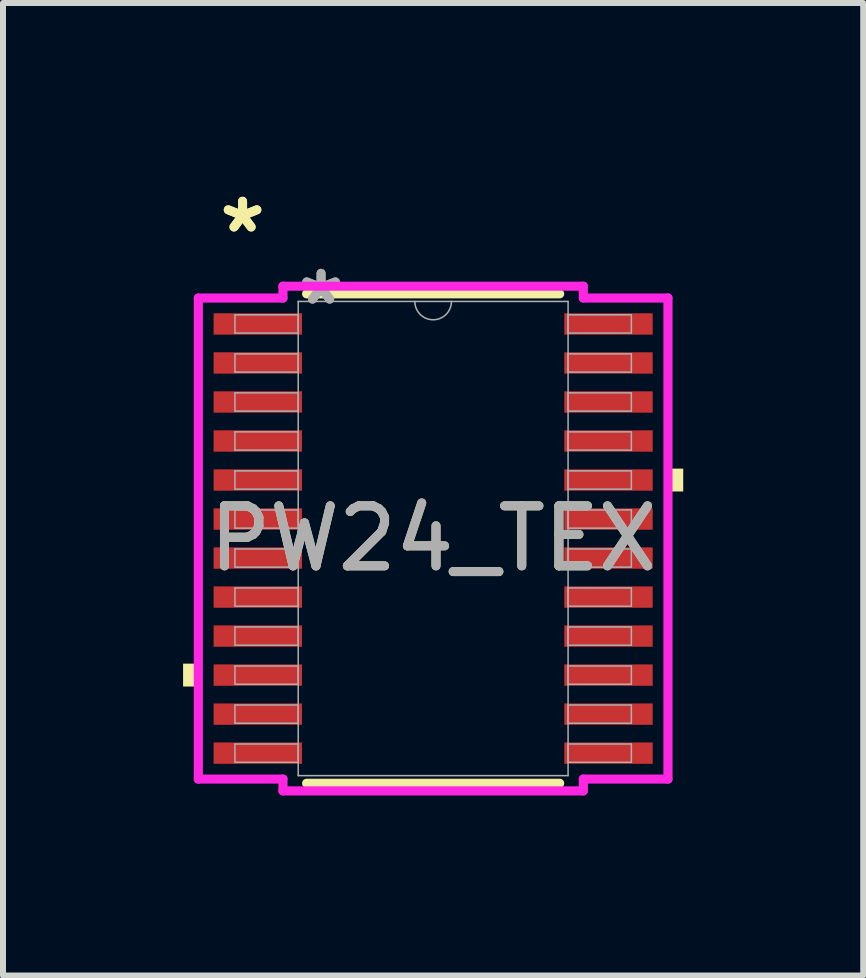
<source format=kicad_pcb>
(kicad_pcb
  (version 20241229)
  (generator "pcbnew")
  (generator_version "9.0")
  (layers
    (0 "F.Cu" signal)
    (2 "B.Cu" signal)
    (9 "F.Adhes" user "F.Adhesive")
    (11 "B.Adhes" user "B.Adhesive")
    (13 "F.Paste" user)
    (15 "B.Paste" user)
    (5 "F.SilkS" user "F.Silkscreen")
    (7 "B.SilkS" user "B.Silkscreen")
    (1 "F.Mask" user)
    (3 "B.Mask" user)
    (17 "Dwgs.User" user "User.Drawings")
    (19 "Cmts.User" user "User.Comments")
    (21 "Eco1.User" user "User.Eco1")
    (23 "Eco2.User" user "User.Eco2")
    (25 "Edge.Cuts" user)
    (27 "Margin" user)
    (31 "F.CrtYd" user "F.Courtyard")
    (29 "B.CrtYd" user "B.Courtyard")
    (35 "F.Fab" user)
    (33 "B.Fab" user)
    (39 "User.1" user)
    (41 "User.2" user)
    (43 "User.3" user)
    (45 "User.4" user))
  (footprint "PW24_TEX"
    (layer "F.Cu")
    (at 4.166 5.922)
    (property "Reference" "PW24_TEX" (at 0 0 0) (unlocked yes) (layer "F.SilkS") (effects (font (size 1 1) (thickness 0.15))))
    (attr smd)
    (fp_line (start -2.108 4.077) (end 2.108 4.077) (stroke (width 0.152) (type solid)) (layer "F.SilkS"))
    (fp_line (start 2.108 -4.077) (end -2.108 -4.077) (stroke (width 0.152) (type solid)) (layer "F.SilkS"))
    (fp_poly (pts (xy -4.166 2.084) (xy -4.166 2.465) (xy -3.912 2.465) (xy -3.912 2.084)) (stroke (width 0) (type solid)) (fill yes) (layer "F.SilkS"))
    (fp_poly (pts (xy 4.166 -1.165) (xy 4.166 -0.784) (xy 3.912 -0.784) (xy 3.912 -1.165)) (stroke (width 0) (type solid)) (fill yes) (layer "F.SilkS"))
    (fp_line (start -3.912 -4.007) (end -2.502 -4.007) (stroke (width 0.152) (type solid)) (layer "F.CrtYd"))
    (fp_line (start -3.912 4.007) (end -3.912 -4.007) (stroke (width 0.152) (type solid)) (layer "F.CrtYd"))
    (fp_line (start -3.912 4.007) (end -2.502 4.007) (stroke (width 0.152) (type solid)) (layer "F.CrtYd"))
    (fp_line (start -2.502 -4.204) (end 2.502 -4.204) (stroke (width 0.152) (type solid)) (layer "F.CrtYd"))
    (fp_line (start -2.502 -4.007) (end -2.502 -4.204) (stroke (width 0.152) (type solid)) (layer "F.CrtYd"))
    (fp_line (start -2.502 4.204) (end -2.502 4.007) (stroke (width 0.152) (type solid)) (layer "F.CrtYd"))
    (fp_line (start 2.502 -4.204) (end 2.502 -4.007) (stroke (width 0.152) (type solid)) (layer "F.CrtYd"))
    (fp_line (start 2.502 4.007) (end 2.502 4.204) (stroke (width 0.152) (type solid)) (layer "F.CrtYd"))
    (fp_line (start 2.502 4.204) (end -2.502 4.204) (stroke (width 0.152) (type solid)) (layer "F.CrtYd"))
    (fp_line (start 3.912 -4.007) (end 2.502 -4.007) (stroke (width 0.152) (type solid)) (layer "F.CrtYd"))
    (fp_line (start 3.912 -4.007) (end 3.912 4.007) (stroke (width 0.152) (type solid)) (layer "F.CrtYd"))
    (fp_line (start 3.912 4.007) (end 2.502 4.007) (stroke (width 0.152) (type solid)) (layer "F.CrtYd"))
    (fp_line (start -3.302 -3.727) (end -3.302 -3.423) (stroke (width 0.025) (type solid)) (layer "F.Fab"))
    (fp_line (start -3.302 -3.423) (end -2.248 -3.423) (stroke (width 0.025) (type solid)) (layer "F.Fab"))
    (fp_line (start -3.302 -3.077) (end -3.302 -2.773) (stroke (width 0.025) (type solid)) (layer "F.Fab"))
    (fp_line (start -3.302 -2.773) (end -2.248 -2.773) (stroke (width 0.025) (type solid)) (layer "F.Fab"))
    (fp_line (start -3.302 -2.427) (end -3.302 -2.123) (stroke (width 0.025) (type solid)) (layer "F.Fab"))
    (fp_line (start -3.302 -2.123) (end -2.248 -2.123) (stroke (width 0.025) (type solid)) (layer "F.Fab"))
    (fp_line (start -3.302 -1.777) (end -3.302 -1.473) (stroke (width 0.025) (type solid)) (layer "F.Fab"))
    (fp_line (start -3.302 -1.473) (end -2.248 -1.473) (stroke (width 0.025) (type solid)) (layer "F.Fab"))
    (fp_line (start -3.302 -1.127) (end -3.302 -0.823) (stroke (width 0.025) (type solid)) (layer "F.Fab"))
    (fp_line (start -3.302 -0.823) (end -2.248 -0.823) (stroke (width 0.025) (type solid)) (layer "F.Fab"))
    (fp_line (start -3.302 -0.477) (end -3.302 -0.173) (stroke (width 0.025) (type solid)) (layer "F.Fab"))
    (fp_line (start -3.302 -0.173) (end -2.248 -0.173) (stroke (width 0.025) (type solid)) (layer "F.Fab"))
    (fp_line (start -3.302 0.173) (end -3.302 0.477) (stroke (width 0.025) (type solid)) (layer "F.Fab"))
    (fp_line (start -3.302 0.477) (end -2.248 0.477) (stroke (width 0.025) (type solid)) (layer "F.Fab"))
    (fp_line (start -3.302 0.823) (end -3.302 1.127) (stroke (width 0.025) (type solid)) (layer "F.Fab"))
    (fp_line (start -3.302 1.127) (end -2.248 1.127) (stroke (width 0.025) (type solid)) (layer "F.Fab"))
    (fp_line (start -3.302 1.473) (end -3.302 1.777) (stroke (width 0.025) (type solid)) (layer "F.Fab"))
    (fp_line (start -3.302 1.777) (end -2.248 1.777) (stroke (width 0.025) (type solid)) (layer "F.Fab"))
    (fp_line (start -3.302 2.123) (end -3.302 2.427) (stroke (width 0.025) (type solid)) (layer "F.Fab"))
    (fp_line (start -3.302 2.427) (end -2.248 2.427) (stroke (width 0.025) (type solid)) (layer "F.Fab"))
    (fp_line (start -3.302 2.773) (end -3.302 3.077) (stroke (width 0.025) (type solid)) (layer "F.Fab"))
    (fp_line (start -3.302 3.077) (end -2.248 3.077) (stroke (width 0.025) (type solid)) (layer "F.Fab"))
    (fp_line (start -3.302 3.423) (end -3.302 3.727) (stroke (width 0.025) (type solid)) (layer "F.Fab"))
    (fp_line (start -3.302 3.727) (end -2.248 3.727) (stroke (width 0.025) (type solid)) (layer "F.Fab"))
    (fp_line (start -2.248 -3.95) (end -2.248 3.95) (stroke (width 0.025) (type solid)) (layer "F.Fab"))
    (fp_line (start -2.248 -3.727) (end -3.302 -3.727) (stroke (width 0.025) (type solid)) (layer "F.Fab"))
    (fp_line (start -2.248 -3.423) (end -2.248 -3.727) (stroke (width 0.025) (type solid)) (layer "F.Fab"))
    (fp_line (start -2.248 -3.077) (end -3.302 -3.077) (stroke (width 0.025) (type solid)) (layer "F.Fab"))
    (fp_line (start -2.248 -2.773) (end -2.248 -3.077) (stroke (width 0.025) (type solid)) (layer "F.Fab"))
    (fp_line (start -2.248 -2.427) (end -3.302 -2.427) (stroke (width 0.025) (type solid)) (layer "F.Fab"))
    (fp_line (start -2.248 -2.123) (end -2.248 -2.427) (stroke (width 0.025) (type solid)) (layer "F.Fab"))
    (fp_line (start -2.248 -1.777) (end -3.302 -1.777) (stroke (width 0.025) (type solid)) (layer "F.Fab"))
    (fp_line (start -2.248 -1.473) (end -2.248 -1.777) (stroke (width 0.025) (type solid)) (layer "F.Fab"))
    (fp_line (start -2.248 -1.127) (end -3.302 -1.127) (stroke (width 0.025) (type solid)) (layer "F.Fab"))
    (fp_line (start -2.248 -0.823) (end -2.248 -1.127) (stroke (width 0.025) (type solid)) (layer "F.Fab"))
    (fp_line (start -2.248 -0.477) (end -3.302 -0.477) (stroke (width 0.025) (type solid)) (layer "F.Fab"))
    (fp_line (start -2.248 -0.173) (end -2.248 -0.477) (stroke (width 0.025) (type solid)) (layer "F.Fab"))
    (fp_line (start -2.248 0.173) (end -3.302 0.173) (stroke (width 0.025) (type solid)) (layer "F.Fab"))
    (fp_line (start -2.248 0.477) (end -2.248 0.173) (stroke (width 0.025) (type solid)) (layer "F.Fab"))
    (fp_line (start -2.248 0.823) (end -3.302 0.823) (stroke (width 0.025) (type solid)) (layer "F.Fab"))
    (fp_line (start -2.248 1.127) (end -2.248 0.823) (stroke (width 0.025) (type solid)) (layer "F.Fab"))
    (fp_line (start -2.248 1.473) (end -3.302 1.473) (stroke (width 0.025) (type solid)) (layer "F.Fab"))
    (fp_line (start -2.248 1.777) (end -2.248 1.473) (stroke (width 0.025) (type solid)) (layer "F.Fab"))
    (fp_line (start -2.248 2.123) (end -3.302 2.123) (stroke (width 0.025) (type solid)) (layer "F.Fab"))
    (fp_line (start -2.248 2.427) (end -2.248 2.123) (stroke (width 0.025) (type solid)) (layer "F.Fab"))
    (fp_line (start -2.248 2.773) (end -3.302 2.773) (stroke (width 0.025) (type solid)) (layer "F.Fab"))
    (fp_line (start -2.248 3.077) (end -2.248 2.773) (stroke (width 0.025) (type solid)) (layer "F.Fab"))
    (fp_line (start -2.248 3.423) (end -3.302 3.423) (stroke (width 0.025) (type solid)) (layer "F.Fab"))
    (fp_line (start -2.248 3.727) (end -2.248 3.423) (stroke (width 0.025) (type solid)) (layer "F.Fab"))
    (fp_line (start -2.248 3.95) (end 2.248 3.95) (stroke (width 0.025) (type solid)) (layer "F.Fab"))
    (fp_line (start 2.248 -3.95) (end -2.248 -3.95) (stroke (width 0.025) (type solid)) (layer "F.Fab"))
    (fp_line (start 2.248 -3.727) (end 2.248 -3.423) (stroke (width 0.025) (type solid)) (layer "F.Fab"))
    (fp_line (start 2.248 -3.423) (end 3.302 -3.423) (stroke (width 0.025) (type solid)) (layer "F.Fab"))
    (fp_line (start 2.248 -3.077) (end 2.248 -2.773) (stroke (width 0.025) (type solid)) (layer "F.Fab"))
    (fp_line (start 2.248 -2.773) (end 3.302 -2.773) (stroke (width 0.025) (type solid)) (layer "F.Fab"))
    (fp_line (start 2.248 -2.427) (end 2.248 -2.123) (stroke (width 0.025) (type solid)) (layer "F.Fab"))
    (fp_line (start 2.248 -2.123) (end 3.302 -2.123) (stroke (width 0.025) (type solid)) (layer "F.Fab"))
    (fp_line (start 2.248 -1.777) (end 2.248 -1.473) (stroke (width 0.025) (type solid)) (layer "F.Fab"))
    (fp_line (start 2.248 -1.473) (end 3.302 -1.473) (stroke (width 0.025) (type solid)) (layer "F.Fab"))
    (fp_line (start 2.248 -1.127) (end 2.248 -0.823) (stroke (width 0.025) (type solid)) (layer "F.Fab"))
    (fp_line (start 2.248 -0.823) (end 3.302 -0.823) (stroke (width 0.025) (type solid)) (layer "F.Fab"))
    (fp_line (start 2.248 -0.477) (end 2.248 -0.173) (stroke (width 0.025) (type solid)) (layer "F.Fab"))
    (fp_line (start 2.248 -0.173) (end 3.302 -0.173) (stroke (width 0.025) (type solid)) (layer "F.Fab"))
    (fp_line (start 2.248 0.173) (end 2.248 0.477) (stroke (width 0.025) (type solid)) (layer "F.Fab"))
    (fp_line (start 2.248 0.477) (end 3.302 0.477) (stroke (width 0.025) (type solid)) (layer "F.Fab"))
    (fp_line (start 2.248 0.823) (end 2.248 1.127) (stroke (width 0.025) (type solid)) (layer "F.Fab"))
    (fp_line (start 2.248 1.127) (end 3.302 1.127) (stroke (width 0.025) (type solid)) (layer "F.Fab"))
    (fp_line (start 2.248 1.473) (end 2.248 1.777) (stroke (width 0.025) (type solid)) (layer "F.Fab"))
    (fp_line (start 2.248 1.777) (end 3.302 1.777) (stroke (width 0.025) (type solid)) (layer "F.Fab"))
    (fp_line (start 2.248 2.123) (end 2.248 2.427) (stroke (width 0.025) (type solid)) (layer "F.Fab"))
    (fp_line (start 2.248 2.427) (end 3.302 2.427) (stroke (width 0.025) (type solid)) (layer "F.Fab"))
    (fp_line (start 2.248 2.773) (end 2.248 3.077) (stroke (width 0.025) (type solid)) (layer "F.Fab"))
    (fp_line (start 2.248 3.077) (end 3.302 3.077) (stroke (width 0.025) (type solid)) (layer "F.Fab"))
    (fp_line (start 2.248 3.423) (end 2.248 3.727) (stroke (width 0.025) (type solid)) (layer "F.Fab"))
    (fp_line (start 2.248 3.727) (end 3.302 3.727) (stroke (width 0.025) (type solid)) (layer "F.Fab"))
    (fp_line (start 2.248 3.95) (end 2.248 -3.95) (stroke (width 0.025) (type solid)) (layer "F.Fab"))
    (fp_line (start 3.302 -3.727) (end 2.248 -3.727) (stroke (width 0.025) (type solid)) (layer "F.Fab"))
    (fp_line (start 3.302 -3.423) (end 3.302 -3.727) (stroke (width 0.025) (type solid)) (layer "F.Fab"))
    (fp_line (start 3.302 -3.077) (end 2.248 -3.077) (stroke (width 0.025) (type solid)) (layer "F.Fab"))
    (fp_line (start 3.302 -2.773) (end 3.302 -3.077) (stroke (width 0.025) (type solid)) (layer "F.Fab"))
    (fp_line (start 3.302 -2.427) (end 2.248 -2.427) (stroke (width 0.025) (type solid)) (layer "F.Fab"))
    (fp_line (start 3.302 -2.123) (end 3.302 -2.427) (stroke (width 0.025) (type solid)) (layer "F.Fab"))
    (fp_line (start 3.302 -1.777) (end 2.248 -1.777) (stroke (width 0.025) (type solid)) (layer "F.Fab"))
    (fp_line (start 3.302 -1.473) (end 3.302 -1.777) (stroke (width 0.025) (type solid)) (layer "F.Fab"))
    (fp_line (start 3.302 -1.127) (end 2.248 -1.127) (stroke (width 0.025) (type solid)) (layer "F.Fab"))
    (fp_line (start 3.302 -0.823) (end 3.302 -1.127) (stroke (width 0.025) (type solid)) (layer "F.Fab"))
    (fp_line (start 3.302 -0.477) (end 2.248 -0.477) (stroke (width 0.025) (type solid)) (layer "F.Fab"))
    (fp_line (start 3.302 -0.173) (end 3.302 -0.477) (stroke (width 0.025) (type solid)) (layer "F.Fab"))
    (fp_line (start 3.302 0.173) (end 2.248 0.173) (stroke (width 0.025) (type solid)) (layer "F.Fab"))
    (fp_line (start 3.302 0.477) (end 3.302 0.173) (stroke (width 0.025) (type solid)) (layer "F.Fab"))
    (fp_line (start 3.302 0.823) (end 2.248 0.823) (stroke (width 0.025) (type solid)) (layer "F.Fab"))
    (fp_line (start 3.302 1.127) (end 3.302 0.823) (stroke (width 0.025) (type solid)) (layer "F.Fab"))
    (fp_line (start 3.302 1.473) (end 2.248 1.473) (stroke (width 0.025) (type solid)) (layer "F.Fab"))
    (fp_line (start 3.302 1.777) (end 3.302 1.473) (stroke (width 0.025) (type solid)) (layer "F.Fab"))
    (fp_line (start 3.302 2.123) (end 2.248 2.123) (stroke (width 0.025) (type solid)) (layer "F.Fab"))
    (fp_line (start 3.302 2.427) (end 3.302 2.123) (stroke (width 0.025) (type solid)) (layer "F.Fab"))
    (fp_line (start 3.302 2.773) (end 2.248 2.773) (stroke (width 0.025) (type solid)) (layer "F.Fab"))
    (fp_line (start 3.302 3.077) (end 3.302 2.773) (stroke (width 0.025) (type solid)) (layer "F.Fab"))
    (fp_line (start 3.302 3.423) (end 2.248 3.423) (stroke (width 0.025) (type solid)) (layer "F.Fab"))
    (fp_line (start 3.302 3.727) (end 3.302 3.423) (stroke (width 0.025) (type solid)) (layer "F.Fab"))
    (fp_arc (start 0.3048 -3.9497) (mid 0 -3.6449) (end -0.3048 -3.9497) (stroke (width 0.0254) (type solid)) (layer "F.Fab"))
    (fp_text user "*" (at -3.175 -5.074 0) (layer "F.SilkS") (effects (font (size 1 1) (thickness 0.15))))
    (fp_text user "*" (at -3.175 -5.074 0) (unlocked yes) (layer "F.SilkS") (effects (font (size 1 1) (thickness 0.15))))
    (fp_text user "*" (at -1.867 -3.873 0) (unlocked yes) (layer "F.Fab") (effects (font (size 1 1) (thickness 0.15))))
    (fp_text user "${REFERENCE}" (at 0 0 0) (unlocked yes) (layer "F.Fab") (effects (font (size 1 1) (thickness 0.15))))
    (fp_text user "*" (at -1.867 -3.873 0) (layer "F.Fab") (effects (font (size 1 1) (thickness 0.15))))
    (pad "1" smd rect (at -2.921 -3.575) (size 1.473 0.356) (layers "F.Cu" "F.Mask" "F.Paste"))
    (pad "2" smd rect (at -2.921 -2.925) (size 1.473 0.356) (layers "F.Cu" "F.Mask" "F.Paste"))
    (pad "3" smd rect (at -2.921 -2.275) (size 1.473 0.356) (layers "F.Cu" "F.Mask" "F.Paste"))
    (pad "4" smd rect (at -2.921 -1.625) (size 1.473 0.356) (layers "F.Cu" "F.Mask" "F.Paste"))
    (pad "5" smd rect (at -2.921 -0.975) (size 1.473 0.356) (layers "F.Cu" "F.Mask" "F.Paste"))
    (pad "6" smd rect (at -2.921 -0.325) (size 1.473 0.356) (layers "F.Cu" "F.Mask" "F.Paste"))
    (pad "7" smd rect (at -2.921 0.325) (size 1.473 0.356) (layers "F.Cu" "F.Mask" "F.Paste"))
    (pad "8" smd rect (at -2.921 0.975) (size 1.473 0.356) (layers "F.Cu" "F.Mask" "F.Paste"))
    (pad "9" smd rect (at -2.921 1.625) (size 1.473 0.356) (layers "F.Cu" "F.Mask" "F.Paste"))
    (pad "10" smd rect (at -2.921 2.275) (size 1.473 0.356) (layers "F.Cu" "F.Mask" "F.Paste"))
    (pad "11" smd rect (at -2.921 2.925) (size 1.473 0.356) (layers "F.Cu" "F.Mask" "F.Paste"))
    (pad "12" smd rect (at -2.921 3.575) (size 1.473 0.356) (layers "F.Cu" "F.Mask" "F.Paste"))
    (pad "13" smd rect (at 2.921 3.575) (size 1.473 0.356) (layers "F.Cu" "F.Mask" "F.Paste"))
    (pad "14" smd rect (at 2.921 2.925) (size 1.473 0.356) (layers "F.Cu" "F.Mask" "F.Paste"))
    (pad "15" smd rect (at 2.921 2.275) (size 1.473 0.356) (layers "F.Cu" "F.Mask" "F.Paste"))
    (pad "16" smd rect (at 2.921 1.625) (size 1.473 0.356) (layers "F.Cu" "F.Mask" "F.Paste"))
    (pad "17" smd rect (at 2.921 0.975) (size 1.473 0.356) (layers "F.Cu" "F.Mask" "F.Paste"))
    (pad "18" smd rect (at 2.921 0.325) (size 1.473 0.356) (layers "F.Cu" "F.Mask" "F.Paste"))
    (pad "19" smd rect (at 2.921 -0.325) (size 1.473 0.356) (layers "F.Cu" "F.Mask" "F.Paste"))
    (pad "20" smd rect (at 2.921 -0.975) (size 1.473 0.356) (layers "F.Cu" "F.Mask" "F.Paste"))
    (pad "21" smd rect (at 2.921 -1.625) (size 1.473 0.356) (layers "F.Cu" "F.Mask" "F.Paste"))
    (pad "22" smd rect (at 2.921 -2.275) (size 1.473 0.356) (layers "F.Cu" "F.Mask" "F.Paste"))
    (pad "23" smd rect (at 2.921 -2.925) (size 1.473 0.356) (layers "F.Cu" "F.Mask" "F.Paste"))
    (pad "24" smd rect (at 2.921 -3.575) (size 1.473 0.356) (layers "F.Cu" "F.Mask" "F.Paste")))
  (gr_rect
    (start -3 -3)
    (end 11.331 13.202)
    (stroke (width 0.1) (type default))
    (fill no)
    (layer "Edge.Cuts")))
</source>
